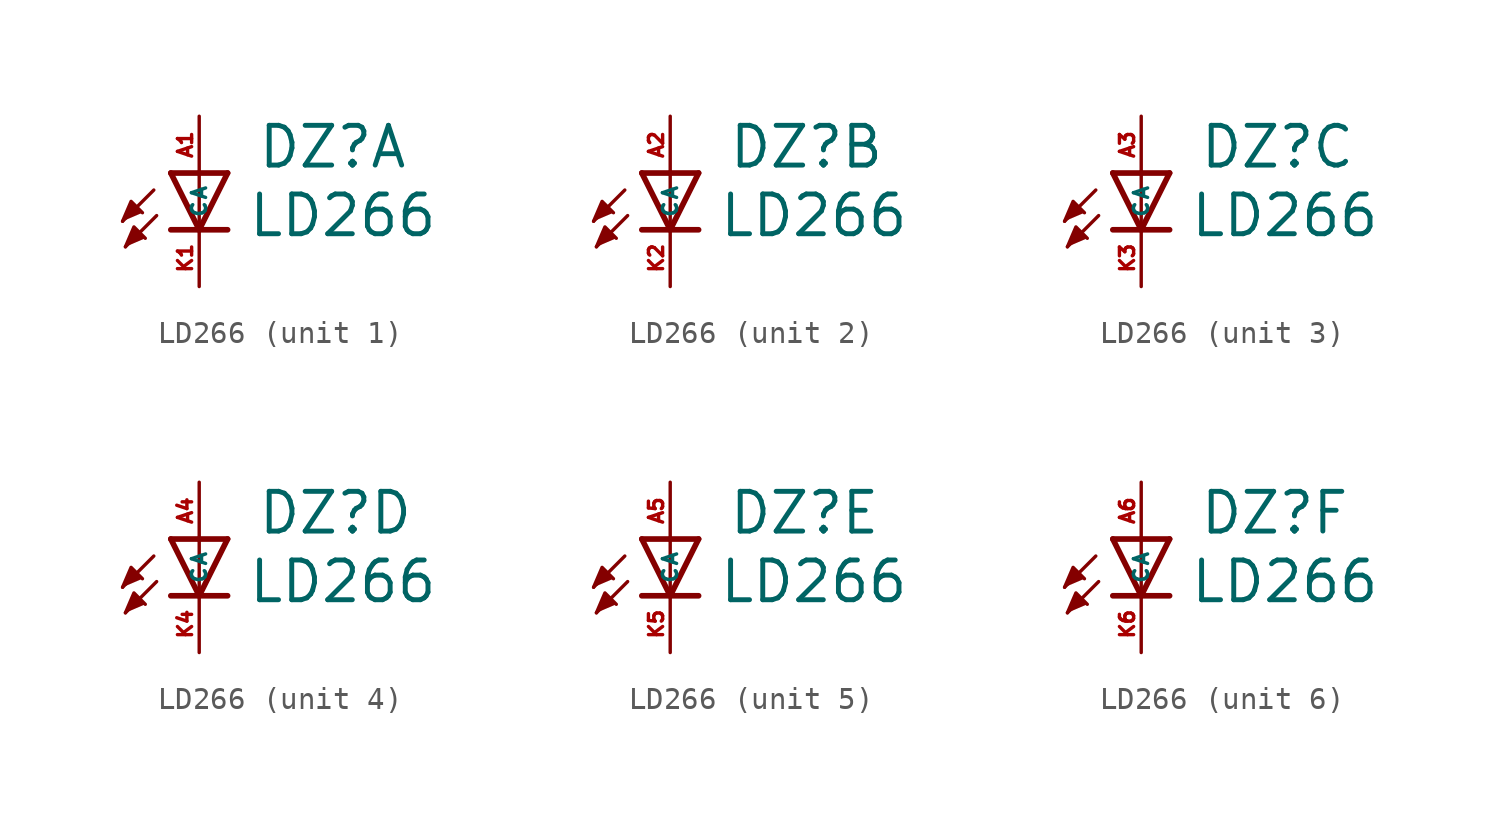
<source format=kicad_sym>
(kicad_symbol_lib
  (version 20220914)
  (generator kicad_symbol_editor)
  (symbol "LD266"
    (property "Reference" "DZ"
      (at 2.565 0.127 0)
      (effects (font (size 1.778 1.778) (thickness 0.22)) (justify left bottom)))
    (property "Value" "LD266"
      (at 2.134 -2.946 0)
      (effects (font (size 1.778 1.778) (thickness 0.22)) (justify left bottom)))
    (symbol "LD266_1_0"
      (polyline (pts (xy -2.032 -0.762) (xy -3.429 -2.159)) (stroke (width 0.152) (type default)) (fill (type none)))
      (polyline (pts (xy -1.905 -1.905) (xy -3.302 -3.302)) (stroke (width 0.152) (type default)) (fill (type none)))
      (polyline (pts (xy 0 -2.54) (xy -1.27 -2.54)) (stroke (width 0.254) (type default)) (fill (type none)))
      (polyline (pts (xy 0 -2.54) (xy -1.27 0)) (stroke (width 0.254) (type default)) (fill (type none)))
      (polyline (pts (xy 0 0) (xy -1.27 0)) (stroke (width 0.254) (type default)) (fill (type none)))
      (polyline (pts (xy 0 0) (xy 0 -2.54)) (stroke (width 0.152) (type default)) (fill (type none)))
      (polyline (pts (xy 1.27 -2.54) (xy 0 -2.54)) (stroke (width 0.254) (type default)) (fill (type none)))
      (polyline (pts (xy 1.27 0) (xy 0 -2.54)) (stroke (width 0.254) (type default)) (fill (type none)))
      (polyline (pts (xy 1.27 0) (xy 0 0)) (stroke (width 0.254) (type default)) (fill (type none)))
      (polyline (pts (xy -3.429 -2.159) (xy -3.048 -1.27) (xy -2.54 -1.778)) (stroke (width 0.152) (type default)) (fill (type outline)))
      (polyline (pts (xy -3.302 -3.302) (xy -2.921 -2.413) (xy -2.413 -2.921)) (stroke (width 0.152) (type default)) (fill (type outline)))
      (pin passive line (at 0 2.54 270) (length 2.54) (name "A" (effects (font (size 0.635 0.635)))) (number "A1" (effects (font (size 0.635 0.635)))))
      (pin passive line (at 0 -5.08 90) (length 2.54) (name "C" (effects (font (size 0.635 0.635)))) (number "K1" (effects (font (size 0.635 0.635))))))
    (symbol "LD266_2_0"
      (polyline (pts (xy -2.032 -0.762) (xy -3.429 -2.159)) (stroke (width 0.152) (type default)) (fill (type none)))
      (polyline (pts (xy -1.905 -1.905) (xy -3.302 -3.302)) (stroke (width 0.152) (type default)) (fill (type none)))
      (polyline (pts (xy 0 -2.54) (xy -1.27 -2.54)) (stroke (width 0.254) (type default)) (fill (type none)))
      (polyline (pts (xy 0 -2.54) (xy -1.27 0)) (stroke (width 0.254) (type default)) (fill (type none)))
      (polyline (pts (xy 0 0) (xy -1.27 0)) (stroke (width 0.254) (type default)) (fill (type none)))
      (polyline (pts (xy 0 0) (xy 0 -2.54)) (stroke (width 0.152) (type default)) (fill (type none)))
      (polyline (pts (xy 1.27 -2.54) (xy 0 -2.54)) (stroke (width 0.254) (type default)) (fill (type none)))
      (polyline (pts (xy 1.27 0) (xy 0 -2.54)) (stroke (width 0.254) (type default)) (fill (type none)))
      (polyline (pts (xy 1.27 0) (xy 0 0)) (stroke (width 0.254) (type default)) (fill (type none)))
      (polyline (pts (xy -3.429 -2.159) (xy -3.048 -1.27) (xy -2.54 -1.778)) (stroke (width 0.152) (type default)) (fill (type outline)))
      (polyline (pts (xy -3.302 -3.302) (xy -2.921 -2.413) (xy -2.413 -2.921)) (stroke (width 0.152) (type default)) (fill (type outline)))
      (pin passive line (at 0 2.54 270) (length 2.54) (name "A" (effects (font (size 0.635 0.635)))) (number "A2" (effects (font (size 0.635 0.635)))))
      (pin passive line (at 0 -5.08 90) (length 2.54) (name "C" (effects (font (size 0.635 0.635)))) (number "K2" (effects (font (size 0.635 0.635))))))
    (symbol "LD266_3_0"
      (polyline (pts (xy -2.032 -0.762) (xy -3.429 -2.159)) (stroke (width 0.152) (type default)) (fill (type none)))
      (polyline (pts (xy -1.905 -1.905) (xy -3.302 -3.302)) (stroke (width 0.152) (type default)) (fill (type none)))
      (polyline (pts (xy 0 -2.54) (xy -1.27 -2.54)) (stroke (width 0.254) (type default)) (fill (type none)))
      (polyline (pts (xy 0 -2.54) (xy -1.27 0)) (stroke (width 0.254) (type default)) (fill (type none)))
      (polyline (pts (xy 0 0) (xy -1.27 0)) (stroke (width 0.254) (type default)) (fill (type none)))
      (polyline (pts (xy 0 0) (xy 0 -2.54)) (stroke (width 0.152) (type default)) (fill (type none)))
      (polyline (pts (xy 1.27 -2.54) (xy 0 -2.54)) (stroke (width 0.254) (type default)) (fill (type none)))
      (polyline (pts (xy 1.27 0) (xy 0 -2.54)) (stroke (width 0.254) (type default)) (fill (type none)))
      (polyline (pts (xy 1.27 0) (xy 0 0)) (stroke (width 0.254) (type default)) (fill (type none)))
      (polyline (pts (xy -3.429 -2.159) (xy -3.048 -1.27) (xy -2.54 -1.778)) (stroke (width 0.152) (type default)) (fill (type outline)))
      (polyline (pts (xy -3.302 -3.302) (xy -2.921 -2.413) (xy -2.413 -2.921)) (stroke (width 0.152) (type default)) (fill (type outline)))
      (pin passive line (at 0 2.54 270) (length 2.54) (name "A" (effects (font (size 0.635 0.635)))) (number "A3" (effects (font (size 0.635 0.635)))))
      (pin passive line (at 0 -5.08 90) (length 2.54) (name "C" (effects (font (size 0.635 0.635)))) (number "K3" (effects (font (size 0.635 0.635))))))
    (symbol "LD266_4_0"
      (polyline (pts (xy -2.032 -0.762) (xy -3.429 -2.159)) (stroke (width 0.152) (type default)) (fill (type none)))
      (polyline (pts (xy -1.905 -1.905) (xy -3.302 -3.302)) (stroke (width 0.152) (type default)) (fill (type none)))
      (polyline (pts (xy 0 -2.54) (xy -1.27 -2.54)) (stroke (width 0.254) (type default)) (fill (type none)))
      (polyline (pts (xy 0 -2.54) (xy -1.27 0)) (stroke (width 0.254) (type default)) (fill (type none)))
      (polyline (pts (xy 0 0) (xy -1.27 0)) (stroke (width 0.254) (type default)) (fill (type none)))
      (polyline (pts (xy 0 0) (xy 0 -2.54)) (stroke (width 0.152) (type default)) (fill (type none)))
      (polyline (pts (xy 1.27 -2.54) (xy 0 -2.54)) (stroke (width 0.254) (type default)) (fill (type none)))
      (polyline (pts (xy 1.27 0) (xy 0 -2.54)) (stroke (width 0.254) (type default)) (fill (type none)))
      (polyline (pts (xy 1.27 0) (xy 0 0)) (stroke (width 0.254) (type default)) (fill (type none)))
      (polyline (pts (xy -3.429 -2.159) (xy -3.048 -1.27) (xy -2.54 -1.778)) (stroke (width 0.152) (type default)) (fill (type outline)))
      (polyline (pts (xy -3.302 -3.302) (xy -2.921 -2.413) (xy -2.413 -2.921)) (stroke (width 0.152) (type default)) (fill (type outline)))
      (pin passive line (at 0 2.54 270) (length 2.54) (name "A" (effects (font (size 0.635 0.635)))) (number "A4" (effects (font (size 0.635 0.635)))))
      (pin passive line (at 0 -5.08 90) (length 2.54) (name "C" (effects (font (size 0.635 0.635)))) (number "K4" (effects (font (size 0.635 0.635))))))
    (symbol "LD266_5_0"
      (polyline (pts (xy -2.032 -0.762) (xy -3.429 -2.159)) (stroke (width 0.152) (type default)) (fill (type none)))
      (polyline (pts (xy -1.905 -1.905) (xy -3.302 -3.302)) (stroke (width 0.152) (type default)) (fill (type none)))
      (polyline (pts (xy 0 -2.54) (xy -1.27 -2.54)) (stroke (width 0.254) (type default)) (fill (type none)))
      (polyline (pts (xy 0 -2.54) (xy -1.27 0)) (stroke (width 0.254) (type default)) (fill (type none)))
      (polyline (pts (xy 0 0) (xy -1.27 0)) (stroke (width 0.254) (type default)) (fill (type none)))
      (polyline (pts (xy 0 0) (xy 0 -2.54)) (stroke (width 0.152) (type default)) (fill (type none)))
      (polyline (pts (xy 1.27 -2.54) (xy 0 -2.54)) (stroke (width 0.254) (type default)) (fill (type none)))
      (polyline (pts (xy 1.27 0) (xy 0 -2.54)) (stroke (width 0.254) (type default)) (fill (type none)))
      (polyline (pts (xy 1.27 0) (xy 0 0)) (stroke (width 0.254) (type default)) (fill (type none)))
      (polyline (pts (xy -3.429 -2.159) (xy -3.048 -1.27) (xy -2.54 -1.778)) (stroke (width 0.152) (type default)) (fill (type outline)))
      (polyline (pts (xy -3.302 -3.302) (xy -2.921 -2.413) (xy -2.413 -2.921)) (stroke (width 0.152) (type default)) (fill (type outline)))
      (pin passive line (at 0 2.54 270) (length 2.54) (name "A" (effects (font (size 0.635 0.635)))) (number "A5" (effects (font (size 0.635 0.635)))))
      (pin passive line (at 0 -5.08 90) (length 2.54) (name "C" (effects (font (size 0.635 0.635)))) (number "K5" (effects (font (size 0.635 0.635))))))
    (symbol "LD266_6_0"
      (polyline (pts (xy -2.032 -0.762) (xy -3.429 -2.159)) (stroke (width 0.152) (type default)) (fill (type none)))
      (polyline (pts (xy -1.905 -1.905) (xy -3.302 -3.302)) (stroke (width 0.152) (type default)) (fill (type none)))
      (polyline (pts (xy 0 -2.54) (xy -1.27 -2.54)) (stroke (width 0.254) (type default)) (fill (type none)))
      (polyline (pts (xy 0 -2.54) (xy -1.27 0)) (stroke (width 0.254) (type default)) (fill (type none)))
      (polyline (pts (xy 0 0) (xy -1.27 0)) (stroke (width 0.254) (type default)) (fill (type none)))
      (polyline (pts (xy 0 0) (xy 0 -2.54)) (stroke (width 0.152) (type default)) (fill (type none)))
      (polyline (pts (xy 1.27 -2.54) (xy 0 -2.54)) (stroke (width 0.254) (type default)) (fill (type none)))
      (polyline (pts (xy 1.27 0) (xy 0 -2.54)) (stroke (width 0.254) (type default)) (fill (type none)))
      (polyline (pts (xy 1.27 0) (xy 0 0)) (stroke (width 0.254) (type default)) (fill (type none)))
      (polyline (pts (xy -3.429 -2.159) (xy -3.048 -1.27) (xy -2.54 -1.778)) (stroke (width 0.152) (type default)) (fill (type outline)))
      (polyline (pts (xy -3.302 -3.302) (xy -2.921 -2.413) (xy -2.413 -2.921)) (stroke (width 0.152) (type default)) (fill (type outline)))
      (pin passive line (at 0 2.54 270) (length 2.54) (name "A" (effects (font (size 0.635 0.635)))) (number "A6" (effects (font (size 0.635 0.635)))))
      (pin passive line (at 0 -5.08 90) (length 2.54) (name "C" (effects (font (size 0.635 0.635)))) (number "K6" (effects (font (size 0.635 0.635))))))))
</source>
